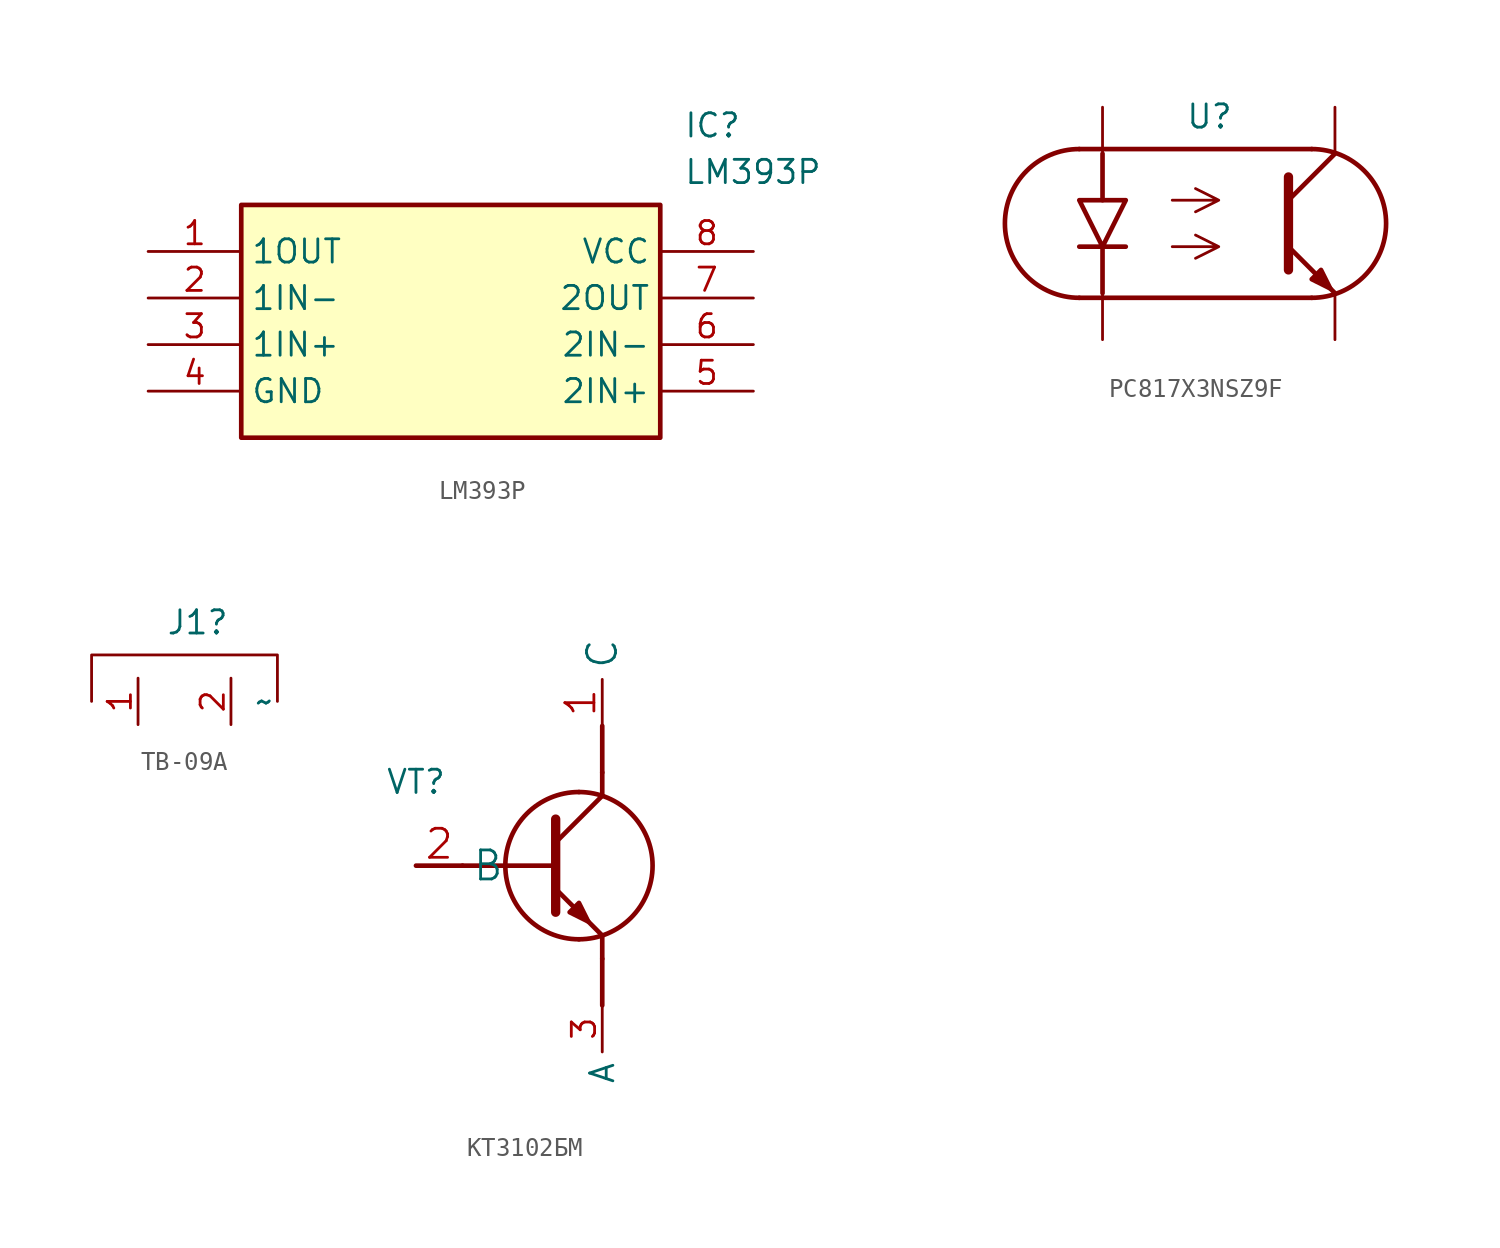
<source format=kicad_sym>
(kicad_symbol_lib
  (version 20241209)
  (generator "kicad_symbol_editor")
  (generator_version "9.0")
  (symbol "LM393P"
    (property "Reference" "IC"
      (at 29.21 7.62 0)
      (effects (font (size 1.27 1.27)) (justify left top)))
    (property "Value" "LM393P"
      (at 29.21 5.08 0)
      (effects (font (size 1.27 1.27)) (justify left top)))
    (symbol "LM393P_1_1"
      (rectangle (start 5.08 2.54) (end 27.94 -10.16) (stroke (width 0.254) (type default)) (fill (type background)))
      (pin passive line (at 0 0 0) (length 5.08) (name "1OUT" (effects (font (size 1.27 1.27)))) (number "1" (effects (font (size 1.27 1.27)))))
      (pin passive line (at 0 -2.54 0) (length 5.08) (name "1IN-" (effects (font (size 1.27 1.27)))) (number "2" (effects (font (size 1.27 1.27)))))
      (pin passive line (at 0 -5.08 0) (length 5.08) (name "1IN+" (effects (font (size 1.27 1.27)))) (number "3" (effects (font (size 1.27 1.27)))))
      (pin passive line (at 0 -7.62 0) (length 5.08) (name "GND" (effects (font (size 1.27 1.27)))) (number "4" (effects (font (size 1.27 1.27)))))
      (pin passive line (at 33.02 0 180) (length 5.08) (name "VCC" (effects (font (size 1.27 1.27)))) (number "8" (effects (font (size 1.27 1.27)))))
      (pin passive line (at 33.02 -2.54 180) (length 5.08) (name "2OUT" (effects (font (size 1.27 1.27)))) (number "7" (effects (font (size 1.27 1.27)))))
      (pin passive line (at 33.02 -5.08 180) (length 5.08) (name "2IN-" (effects (font (size 1.27 1.27)))) (number "6" (effects (font (size 1.27 1.27)))))
      (pin passive line (at 33.02 -7.62 180) (length 5.08) (name "2IN+" (effects (font (size 1.27 1.27)))) (number "5" (effects (font (size 1.27 1.27)))))))
  (symbol "PC817X3NSZ9F"
    (pin_numbers
      (hide yes))
    (pin_names
      (hide yes))
    (property "Reference" "U"
      (at -4.318 5.842 0)
      (effects (font (size 1.27 1.27))))
    (property "Value" ""
      (at 0 0 0)
      (effects (font (size 1.27 1.27))))
    (symbol "PC817X3NSZ9F_0_1"
      (polyline (pts (xy -11.43 -4.064) (xy 1.27 -4.064)) (stroke (width 0.254) (type default)) (fill (type none)))
      (polyline (pts (xy -10.16 3.81) (xy -10.16 1.27)) (stroke (width 0.254) (type default)) (fill (type none)))
      (polyline (pts (xy -10.16 1.27) (xy -8.89 1.27) (xy -11.43 1.27) (xy -10.16 -1.27) (xy -8.89 1.27) (xy -10.16 -1.27) (xy -11.43 -1.27) (xy -8.89 -1.27)) (stroke (width 0.254) (type default)) (fill (type none)))
      (polyline (pts (xy -10.16 -3.81) (xy -10.16 -1.27)) (stroke (width 0.254) (type default)) (fill (type none)))
      (polyline (pts (xy -6.35 1.27) (xy -3.81 1.27) (xy -5.08 1.905) (xy -3.81 1.27) (xy -5.08 0.635)) (stroke (width 0) (type default)) (fill (type none)))
      (polyline (pts (xy -6.35 -1.27) (xy -3.81 -1.27) (xy -5.08 -0.635) (xy -3.81 -1.27) (xy -5.08 -1.905)) (stroke (width 0) (type default)) (fill (type none)))
      (polyline (pts (xy 1.27 4.064) (xy -11.43 4.064)) (stroke (width 0.254) (type default)) (fill (type none))))
    (symbol "PC817X3NSZ9F_1_0"
      (arc (start -11.43 -4.064) (mid -15.494 0) (end -11.43 4.064) (stroke (width 0.254) (type solid)) (fill (type none)))
      (polyline (pts (xy 0 2.54) (xy 0 -2.54)) (stroke (width 0.508) (type solid)) (fill (type none)))
      (polyline (pts (xy 0 1.27) (xy 2.54 3.81)) (stroke (width 0.254) (type solid)) (fill (type none)))
      (polyline (pts (xy 0 -1.27) (xy 2.54 -3.81)) (stroke (width 0.254) (type solid)) (fill (type none)))
      (arc (start 1.27 4.064) (mid 5.334 0) (end 1.27 -4.064) (stroke (width 0.254) (type solid)) (fill (type none)))
      (polyline (pts (xy 1.27 -3.048) (xy 1.778 -2.54) (xy 2.286 -3.556) (xy 1.27 -3.048)) (stroke (width 0.254) (type solid)) (fill (type outline)))
      (pin input line (at -10.16 6.35 270) (length 2.54) (name "Anode" (effects (font (size 1.583 1.583)))) (number "1" (effects (font (size 1.583 1.583)))))
      (pin input line (at -10.16 -6.35 90) (length 2.54) (name "Cathode" (effects (font (size 1.583 1.583)))) (number "2" (effects (font (size 1.583 1.583)))))
      (pin passive line (at 2.54 6.35 270) (length 2.54) (name "Collector" (effects (font (size 1.583 1.583)))) (number "4" (effects (font (size 1.583 1.583))))))
    (symbol "PC817X3NSZ9F_1_1"
      (pin input line (at 2.54 -6.35 90) (length 2.54) (name "Emitter" (effects (font (size 1.27 1.27)))) (number "3" (effects (font (size 1.27 1.27)))))))
  (symbol "TB-09A"
    (property "Reference" "J1"
      (at -1.016 1.778 0)
      (effects (font (size 1.27 1.27)) (justify left)))
    (property "Value" "~"
      (at 3.81 -2.54 0)
      (effects (font (size 1.27 1.27)) (justify left)))
    (symbol "TB-09A_0_1"
      (polyline (pts (xy 5.08 -2.54) (xy 5.08 0) (xy -5.08 0) (xy -5.08 -2.54)) (stroke (width 0) (type default)) (fill (type none))))
    (symbol "TB-09A_1_1"
      (pin power_in line (at -2.54 -3.81 90) (length 2.54) (name "" (effects (font (size 1.27 1.27)))) (number "1" (effects (font (size 1.27 1.27)))))
      (pin power_in line (at 2.54 -3.81 90) (length 2.54) (name "" (effects (font (size 1.27 1.27)))) (number "2" (effects (font (size 1.27 1.27)))))))
  (symbol "КТ3102БМ"
    (property "Reference" "VT"
      (at 0 4.572 0)
      (effects (font (size 1.27 1.27))))
    (property "Value" ""
      (at 0 0 0)
      (effects (font (size 1.27 1.27))))
    (symbol "КТ3102БМ_1_0"
      (polyline (pts (xy 0 0) (xy 2.54 0)) (stroke (width 0.254) (type solid)) (fill (type none)))
      (polyline (pts (xy 2.54 0) (xy 7.62 0)) (stroke (width 0.254) (type solid)) (fill (type none)))
      (polyline (pts (xy 7.62 2.54) (xy 7.62 -2.54)) (stroke (width 0.508) (type solid)) (fill (type none)))
      (polyline (pts (xy 7.62 1.27) (xy 10.16 3.81)) (stroke (width 0.254) (type solid)) (fill (type none)))
      (polyline (pts (xy 7.62 -1.27) (xy 10.16 -3.81)) (stroke (width 0.254) (type solid)) (fill (type none)))
      (polyline (pts (xy 8.382 -2.54) (xy 8.89 -2.032) (xy 9.398 -3.048) (xy 8.382 -2.54)) (stroke (width 0.254) (type solid)) (fill (type outline)))
      (arc (start 8.89 4.0161) (mid 12.9061 0) (end 8.89 -4.0161) (stroke (width 0.254) (type solid)) (fill (type none)))
      (arc (start 8.89 -4.0161) (mid 4.8739 0) (end 8.89 4.0161) (stroke (width 0.254) (type solid)) (fill (type none)))
      (polyline (pts (xy 10.16 7.62) (xy 10.16 5.08)) (stroke (width 0.254) (type solid)) (fill (type none)))
      (polyline (pts (xy 10.16 3.81) (xy 10.16 5.08)) (stroke (width 0.254) (type solid)) (fill (type none)))
      (polyline (pts (xy 10.16 -3.81) (xy 10.16 -5.08)) (stroke (width 0.254) (type solid)) (fill (type none)))
      (polyline (pts (xy 10.16 -7.62) (xy 10.16 -5.08)) (stroke (width 0.254) (type solid)) (fill (type none)))
      (pin passive line (at 0 0 0) (length 2.54) (name "B" (effects (font (size 1.583 1.583)))) (number "2" (effects (font (size 1.583 1.583)))))
      (pin passive line (at 10.16 7.62 90) (length 2.54) (name "C" (effects (font (size 1.583 1.583)))) (number "1" (effects (font (size 1.583 1.583))))))
    (symbol "КТ3102БМ_1_1"
      (pin passive line (at 10.16 -7.62 270) (length 2.54) (name "A" (effects (font (size 1.27 1.27)))) (number "3" (effects (font (size 1.27 1.27))))))))
</source>
